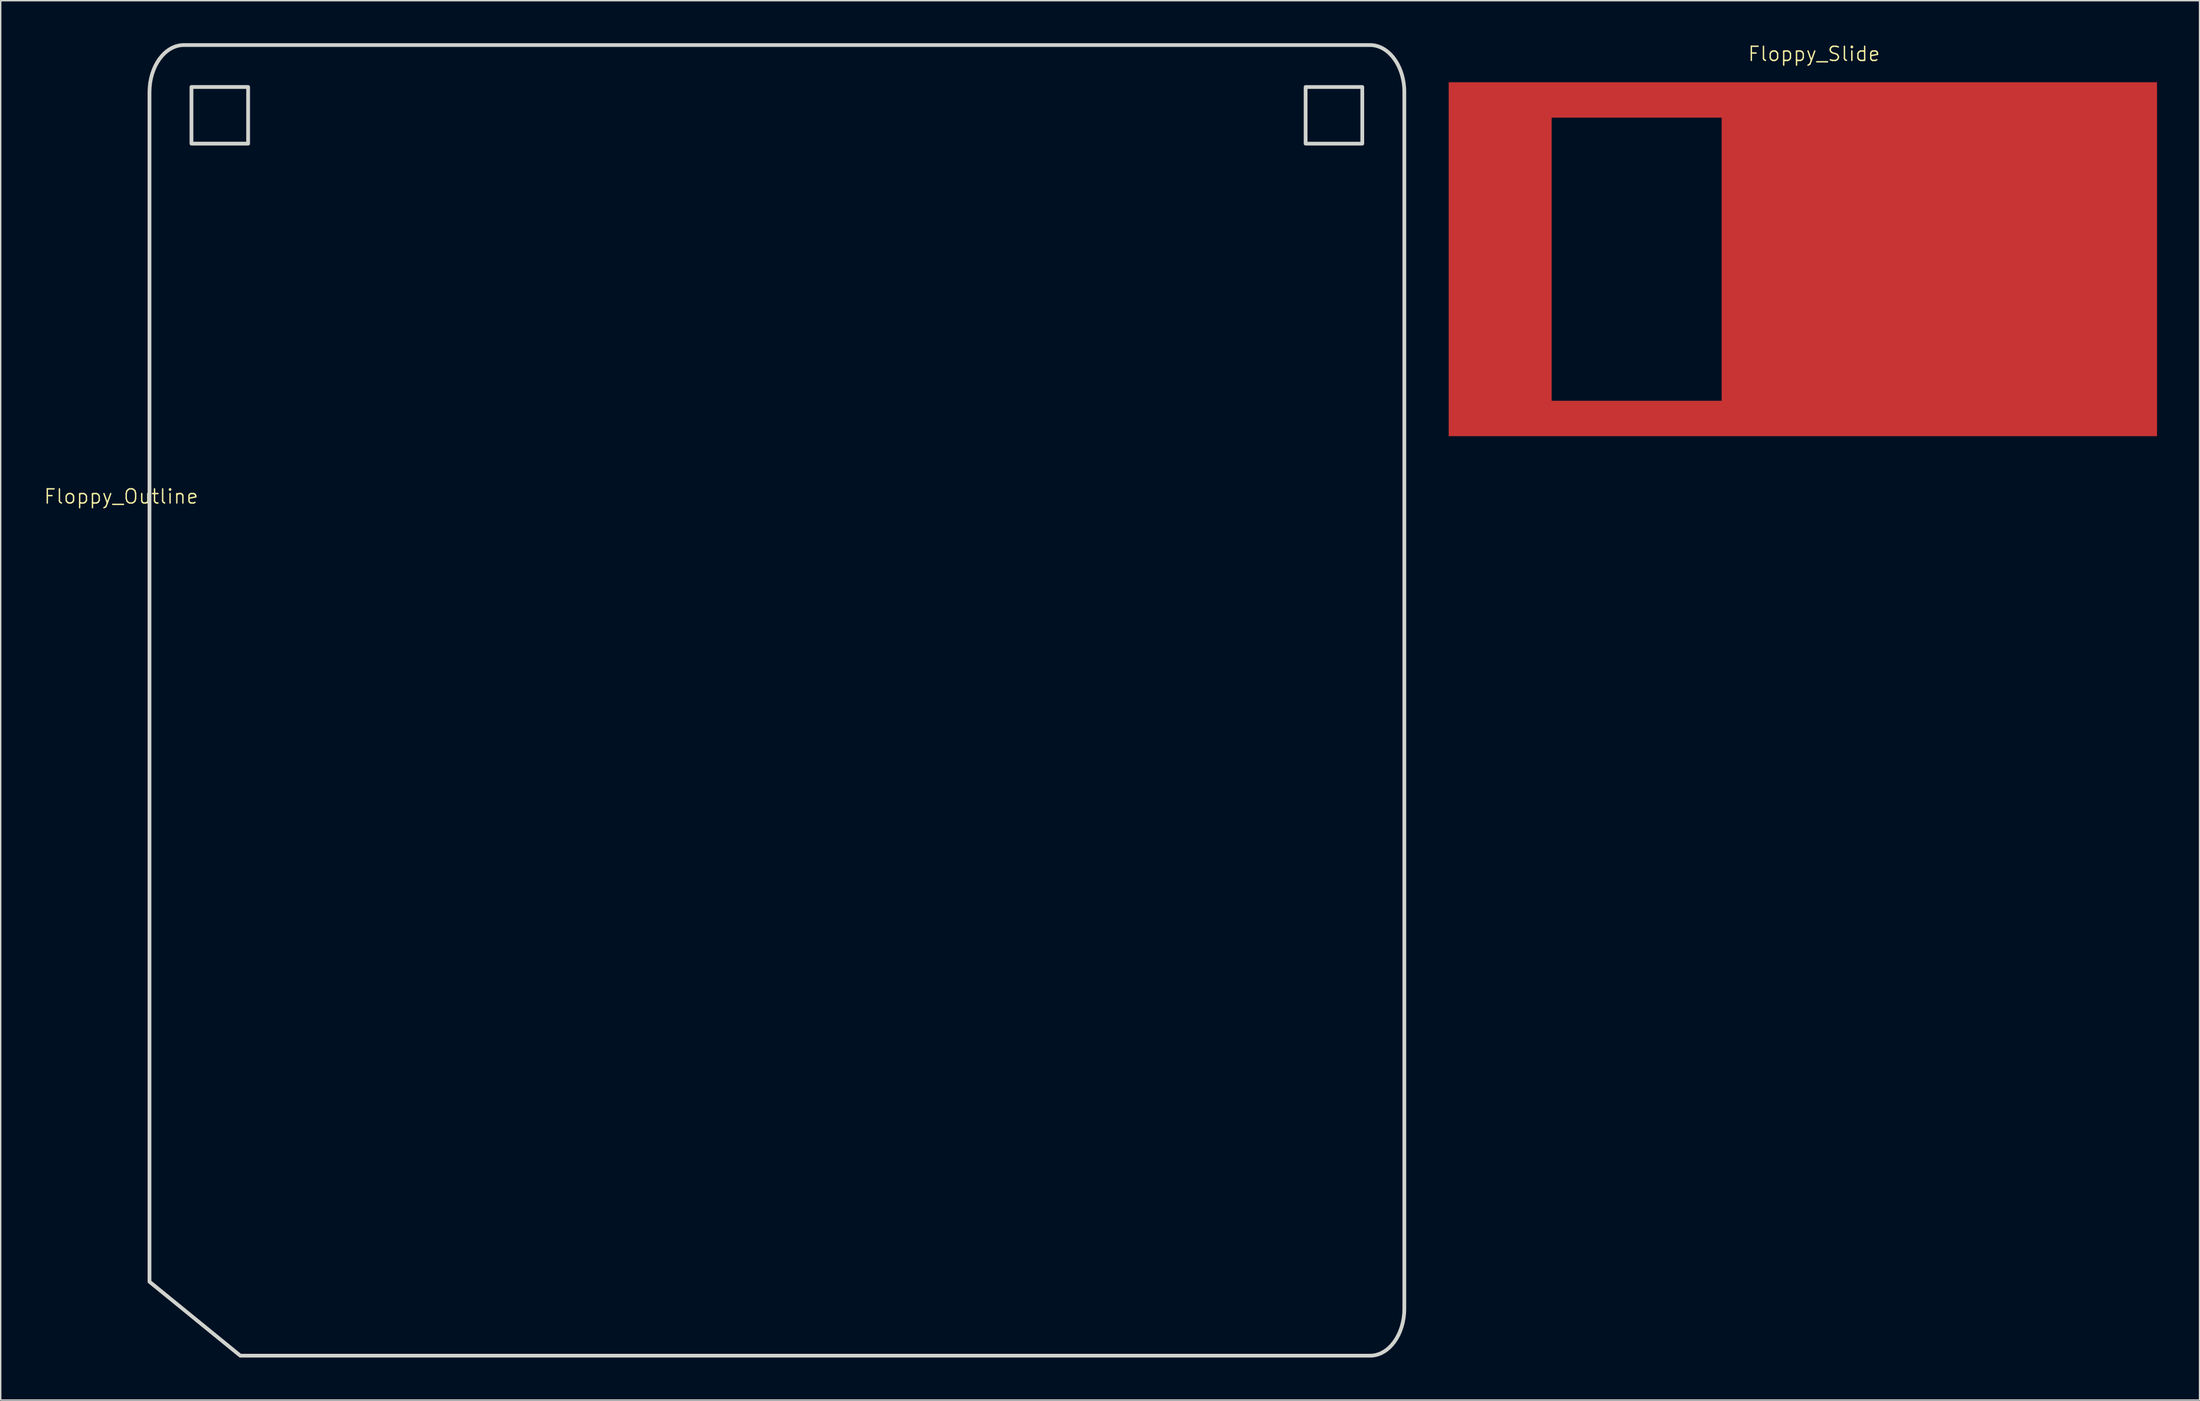
<source format=kicad_pcb>
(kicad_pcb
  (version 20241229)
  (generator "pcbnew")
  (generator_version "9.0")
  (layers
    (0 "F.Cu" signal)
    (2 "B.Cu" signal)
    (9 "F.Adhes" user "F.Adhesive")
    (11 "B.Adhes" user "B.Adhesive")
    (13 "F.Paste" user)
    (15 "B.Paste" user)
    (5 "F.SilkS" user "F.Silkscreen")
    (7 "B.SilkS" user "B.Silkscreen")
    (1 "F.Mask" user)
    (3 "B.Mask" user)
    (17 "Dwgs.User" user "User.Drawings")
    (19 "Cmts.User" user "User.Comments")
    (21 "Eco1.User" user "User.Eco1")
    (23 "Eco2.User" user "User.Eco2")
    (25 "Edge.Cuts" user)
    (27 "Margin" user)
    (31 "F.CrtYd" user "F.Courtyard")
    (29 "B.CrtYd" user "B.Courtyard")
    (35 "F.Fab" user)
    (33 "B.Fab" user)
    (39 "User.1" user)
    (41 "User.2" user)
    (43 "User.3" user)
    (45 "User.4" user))
  (footprint "Floppy_Slide"
    (layer "F.Cu")
    (at 125.003 2.76)
    (property "Reference" "Floppy_Slide" (at 0 -2 0) (unlocked yes) (layer "F.SilkS") (effects (font (size 1 1) (thickness 0.1))))
    (attr smd)
    (fp_poly (pts (xy 24.21 25) (xy -25.79 25) (xy -25.79 22.5) (xy -18.523 22.5) (xy -6.523 22.5) (xy -6.523 2.5) (xy -18.523 2.5) (xy -18.523 22.5) (xy -25.79 22.5) (xy -25.79 0) (xy 24.21 0)) (stroke (width -0.000001) (type solid)) (fill yes) (layer "F.Cu")))
  (footprint "Floppy_Outline"
    (layer "F.Cu")
    (at 7.502 34.522)
    (property "Reference" "Floppy_Outline" (at -2 -2.5 0) (unlocked yes) (layer "F.SilkS") (effects (font (size 1 1) (thickness 0.1))))
    (attr smd)
    (fp_poly (pts (xy 6.963 -27.427) (xy 2.963 -27.427) (xy 2.963 -31.427) (xy 6.963 -31.427)) (stroke (width 0.265) (type solid) (color 0 0 85 1)) (fill no) (layer "Edge.Cuts"))
    (fp_poly (pts (xy 85.61 -27.426) (xy 81.61 -27.426) (xy 81.61 -31.426) (xy 85.61 -31.426)) (stroke (width 0.265) (type solid) (color 0 0 85 1)) (fill no) (layer "Edge.Cuts"))
    (fp_poly (pts (xy 2.426 -34.39) (xy 86.152 -34.39) (xy 86.277 -34.386) (xy 86.4 -34.373) (xy 86.522 -34.352) (xy 86.641 -34.322) (xy 86.759 -34.285) (xy 86.874 -34.24) (xy 86.987 -34.188) (xy 87.097 -34.128) (xy 87.204 -34.061) (xy 87.309 -33.988) (xy 87.41 -33.908) (xy 87.509 -33.821) (xy 87.604 -33.728) (xy 87.696 -33.629) (xy 87.784 -33.524) (xy 87.868 -33.414) (xy 87.948 -33.298) (xy 88.024 -33.177) (xy 88.096 -33.051) (xy 88.164 -32.921) (xy 88.227 -32.786) (xy 88.286 -32.646) (xy 88.339 -32.502) (xy 88.388 -32.355) (xy 88.431 -32.203) (xy 88.469 -32.049) (xy 88.502 -31.89) (xy 88.529 -31.729) (xy 88.55 -31.565) (xy 88.566 -31.398) (xy 88.575 -31.229) (xy 88.578 -31.058) (xy 88.578 54.856) (xy 88.566 55.197) (xy 88.529 55.528) (xy 88.469 55.847) (xy 88.388 56.153) (xy 88.286 56.444) (xy 88.164 56.719) (xy 88.024 56.976) (xy 87.868 57.212) (xy 87.696 57.427) (xy 87.604 57.526) (xy 87.509 57.619) (xy 87.41 57.706) (xy 87.309 57.786) (xy 87.204 57.86) (xy 87.097 57.926) (xy 86.987 57.986) (xy 86.874 58.039) (xy 86.759 58.083) (xy 86.641 58.121) (xy 86.522 58.15) (xy 86.4 58.171) (xy 86.277 58.184) (xy 86.152 58.188) (xy 6.411 58.188) (xy 0 52.964) (xy 0 -31.058) (xy 0.013 -31.398) (xy 0.049 -31.729) (xy 0.109 -32.049) (xy 0.191 -32.355) (xy 0.293 -32.646) (xy 0.414 -32.921) (xy 0.554 -33.177) (xy 0.711 -33.414) (xy 0.883 -33.629) (xy 0.974 -33.728) (xy 1.07 -33.821) (xy 1.168 -33.908) (xy 1.27 -33.988) (xy 1.374 -34.061) (xy 1.482 -34.128) (xy 1.592 -34.188) (xy 1.705 -34.24) (xy 1.82 -34.285) (xy 1.937 -34.322) (xy 2.057 -34.352) (xy 2.178 -34.373) (xy 2.301 -34.386) (xy 2.426 -34.39)) (stroke (width 0.265) (type solid) (color 0 0 85 1)) (fill no) (layer "Edge.Cuts")))
  (gr_rect
    (start -3 -3)
    (end 152.213 95.843)
    (stroke (width 0.1) (type default))
    (fill no)
    (layer "Edge.Cuts")))
</source>
